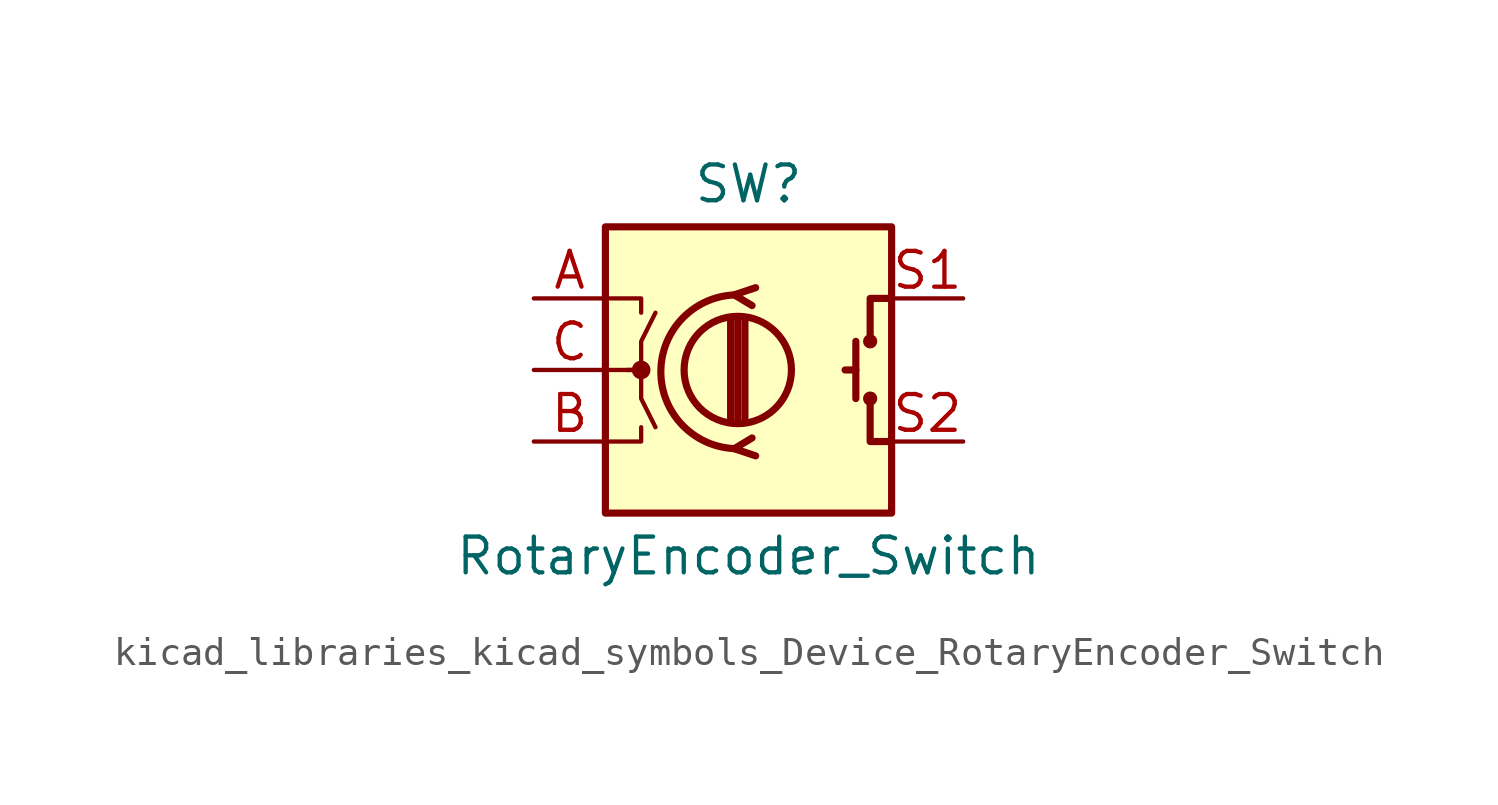
<source format=kicad_sym>
(kicad_symbol_lib
  (version 20220914)
  (generator kicad_symbol_editor)
  (symbol "kicad_libraries_kicad_symbols_Device_RotaryEncoder_Switch"
    (pin_names
      (offset 0.254) hide)
    (property "Reference" "SW"
      (at 0 6.604 0)
      (effects (font (size 1.27 1.27))))
    (property "Value" "RotaryEncoder_Switch"
      (at 0 -6.604 0)
      (effects (font (size 1.27 1.27))))
    (symbol "kicad_libraries_kicad_symbols_Device_RotaryEncoder_Switch_0_1"
      (rectangle (start -5.08 5.08) (end 5.08 -5.08) (stroke (width 0.254) (type default)) (fill (type background)))
      (circle (center -3.81 0) (radius 0.254) (stroke (width 0) (type default)) (fill (type outline)))
      (circle (center -0.381 0) (radius 1.905) (stroke (width 0.254) (type default)) (fill (type none)))
      (arc (start -0.381 2.667) (mid -3.0988 -0.0635) (end -0.381 -2.794) (stroke (width 0.254) (type default)) (fill (type none)))
      (polyline (pts (xy -0.635 -1.778) (xy -0.635 1.778)) (stroke (width 0.254) (type default)) (fill (type none)))
      (polyline (pts (xy -0.381 -1.778) (xy -0.381 1.778)) (stroke (width 0.254) (type default)) (fill (type none)))
      (polyline (pts (xy -0.127 1.778) (xy -0.127 -1.778)) (stroke (width 0.254) (type default)) (fill (type none)))
      (polyline (pts (xy 3.81 0) (xy 3.429 0)) (stroke (width 0.254) (type default)) (fill (type none)))
      (polyline (pts (xy 3.81 1.016) (xy 3.81 -1.016)) (stroke (width 0.254) (type default)) (fill (type none)))
      (polyline (pts (xy -5.08 -2.54) (xy -3.81 -2.54) (xy -3.81 -2.032)) (stroke (width 0) (type default)) (fill (type none)))
      (polyline (pts (xy -5.08 2.54) (xy -3.81 2.54) (xy -3.81 2.032)) (stroke (width 0) (type default)) (fill (type none)))
      (polyline (pts (xy 0.254 -3.048) (xy -0.508 -2.794) (xy 0.127 -2.413)) (stroke (width 0.254) (type default)) (fill (type none)))
      (polyline (pts (xy 0.254 2.921) (xy -0.508 2.667) (xy 0.127 2.286)) (stroke (width 0.254) (type default)) (fill (type none)))
      (polyline (pts (xy 5.08 -2.54) (xy 4.318 -2.54) (xy 4.318 -1.016)) (stroke (width 0.254) (type default)) (fill (type none)))
      (polyline (pts (xy 5.08 2.54) (xy 4.318 2.54) (xy 4.318 1.016)) (stroke (width 0.254) (type default)) (fill (type none)))
      (polyline (pts (xy -5.08 0) (xy -3.81 0) (xy -3.81 -1.016) (xy -3.302 -2.032)) (stroke (width 0) (type default)) (fill (type none)))
      (polyline (pts (xy -4.318 0) (xy -3.81 0) (xy -3.81 1.016) (xy -3.302 2.032)) (stroke (width 0) (type default)) (fill (type none)))
      (circle (center 4.318 -1.016) (radius 0.127) (stroke (width 0.254) (type default)) (fill (type none)))
      (circle (center 4.318 1.016) (radius 0.127) (stroke (width 0.254) (type default)) (fill (type none))))
    (symbol "kicad_libraries_kicad_symbols_Device_RotaryEncoder_Switch_1_1"
      (pin passive line (at -7.62 2.54 0) (length 2.54) (name "A" (effects (font (size 1.27 1.27)))) (number "A" (effects (font (size 1.27 1.27)))))
      (pin passive line (at -7.62 -2.54 0) (length 2.54) (name "B" (effects (font (size 1.27 1.27)))) (number "B" (effects (font (size 1.27 1.27)))))
      (pin passive line (at -7.62 0 0) (length 2.54) (name "C" (effects (font (size 1.27 1.27)))) (number "C" (effects (font (size 1.27 1.27)))))
      (pin passive line (at 7.62 2.54 180) (length 2.54) (name "S1" (effects (font (size 1.27 1.27)))) (number "S1" (effects (font (size 1.27 1.27)))))
      (pin passive line (at 7.62 -2.54 180) (length 2.54) (name "S2" (effects (font (size 1.27 1.27)))) (number "S2" (effects (font (size 1.27 1.27))))))))
</source>
